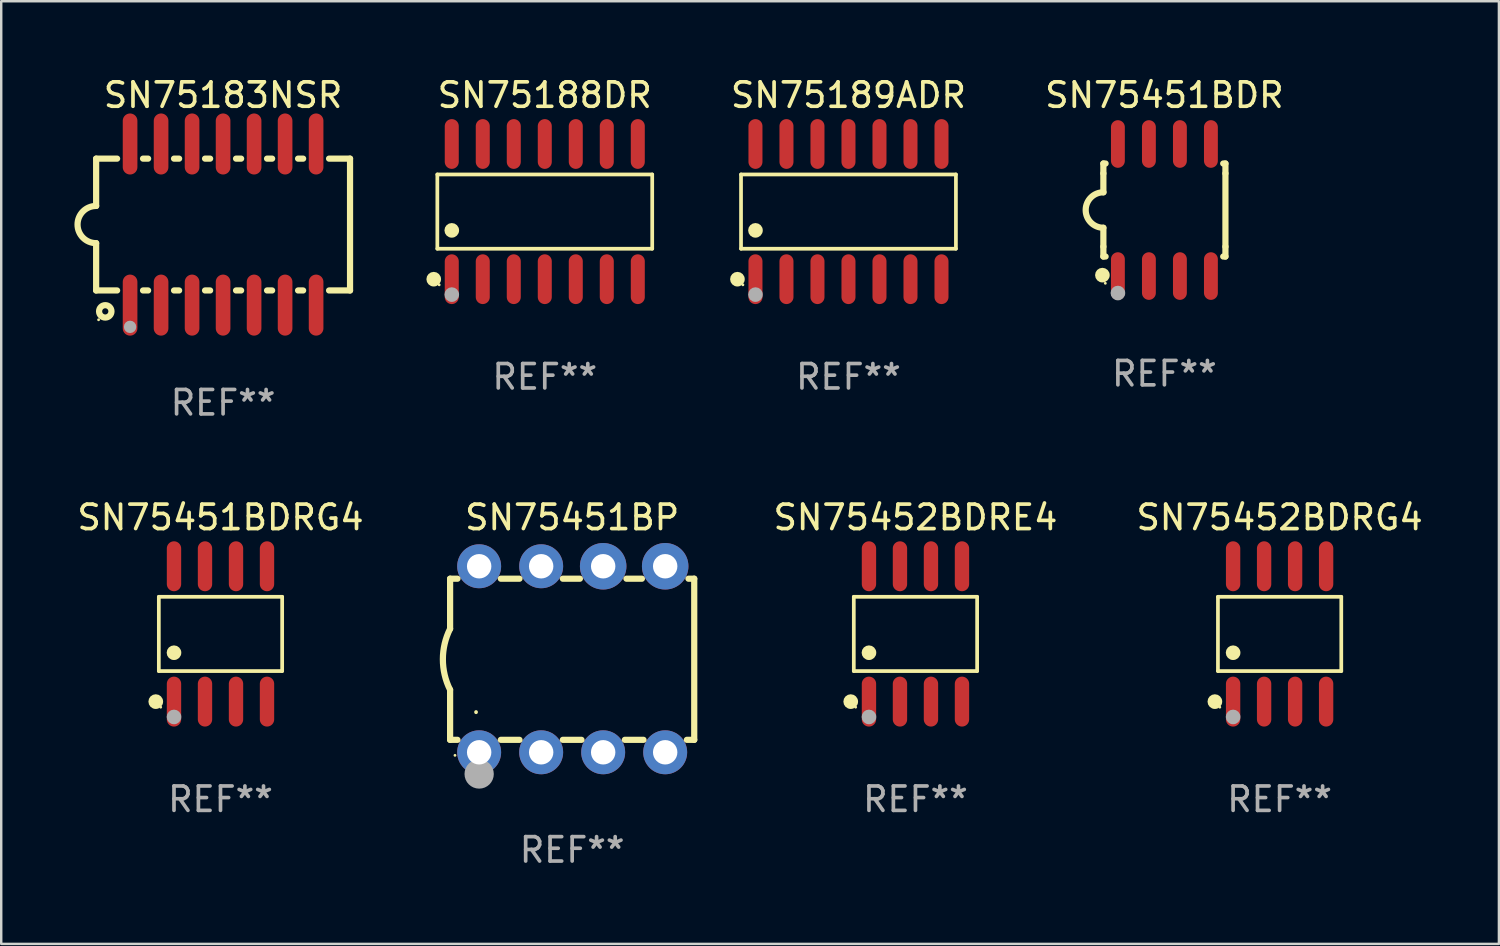
<source format=kicad_pcb>
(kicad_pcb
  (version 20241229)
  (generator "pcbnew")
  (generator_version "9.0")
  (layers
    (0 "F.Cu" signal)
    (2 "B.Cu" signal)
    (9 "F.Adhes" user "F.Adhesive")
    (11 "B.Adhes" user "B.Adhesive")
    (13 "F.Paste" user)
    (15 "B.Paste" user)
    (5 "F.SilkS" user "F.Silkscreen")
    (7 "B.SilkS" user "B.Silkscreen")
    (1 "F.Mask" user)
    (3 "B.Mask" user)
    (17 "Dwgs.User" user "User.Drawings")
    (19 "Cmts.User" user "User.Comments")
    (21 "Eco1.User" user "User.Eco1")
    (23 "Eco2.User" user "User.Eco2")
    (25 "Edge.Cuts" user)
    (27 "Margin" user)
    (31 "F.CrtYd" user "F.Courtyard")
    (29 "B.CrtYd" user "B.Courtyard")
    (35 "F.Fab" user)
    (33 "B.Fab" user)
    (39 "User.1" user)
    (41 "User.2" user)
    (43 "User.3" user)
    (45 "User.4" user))
  (footprint "SN75451BP"
    (layer "F.Cu")
    (at 20.387 23.955)
    (property "Reference" "SN75451BP" (at 0 -5.81 0) (layer "F.SilkS") (effects (font (size 1 1) (thickness 0.15))))
    (attr through_hole)
    (fp_line (start -5 -3.3) (end -5 -1.25) (stroke (width 0.254) (type solid)) (layer "F.SilkS"))
    (fp_line (start -5 -3.3) (end -4.698 -3.3) (stroke (width 0.254) (type solid)) (layer "F.SilkS"))
    (fp_line (start -5 3.3) (end -5 1.25) (stroke (width 0.254) (type solid)) (layer "F.SilkS"))
    (fp_line (start -5 3.3) (end -4.698 3.3) (stroke (width 0.254) (type solid)) (layer "F.SilkS"))
    (fp_line (start -2.922 -3.3) (end -2.158 -3.3) (stroke (width 0.254) (type solid)) (layer "F.SilkS"))
    (fp_line (start -2.922 3.3) (end -2.158 3.3) (stroke (width 0.254) (type solid)) (layer "F.SilkS"))
    (fp_line (start -0.382 -3.3) (end 0.316 -3.3) (stroke (width 0.254) (type solid)) (layer "F.SilkS"))
    (fp_line (start -0.382 3.3) (end 0.382 3.3) (stroke (width 0.254) (type solid)) (layer "F.SilkS"))
    (fp_line (start 2.158 3.3) (end 2.922 3.3) (stroke (width 0.254) (type solid)) (layer "F.SilkS"))
    (fp_line (start 2.224 -3.3) (end 2.856 -3.3) (stroke (width 0.254) (type solid)) (layer "F.SilkS"))
    (fp_line (start 4.698 3.3) (end 5 3.3) (stroke (width 0.254) (type solid)) (layer "F.SilkS"))
    (fp_line (start 4.764 -3.3) (end 5 -3.3) (stroke (width 0.254) (type solid)) (layer "F.SilkS"))
    (fp_line (start 5 -3.3) (end 5 3.3) (stroke (width 0.254) (type solid)) (layer "F.SilkS"))
    (fp_arc (start -5.00127 1.249682) (mid -5.295892 -0.000313) (end -5.000025 -1.250013) (stroke (width 0.254001) (type solid)) (layer "F.SilkS"))
    (fp_arc (start -3.937262 2.170256) (mid -3.937197 2.164629) (end -3.937008 2.159004) (stroke (width 0.149987) (type solid)) (layer "F.SilkS"))
    (fp_circle (center -4.8 3.935) (end -4.77 3.935) (stroke (width 0.06) (type solid)) (fill no) (layer "F.SilkS"))
    (fp_circle (center -3.81 4.699) (end -3.51 4.699) (stroke (width 0.6) (type solid)) (fill no) (layer "F.Fab"))
    (fp_text user "REF**" (at 0 7.81 0) (layer "F.Fab") (effects (font (size 1 1) (thickness 0.15))))
    (pad "1" thru_hole circle (at -3.81 3.81) (size 1.8 1.8) (drill 1) (layers "*.Cu" "*.Mask"))
    (pad "2" thru_hole circle (at -1.27 3.81) (size 1.8 1.8) (drill 1) (layers "*.Cu" "*.Mask"))
    (pad "3" thru_hole circle (at 1.27 3.81) (size 1.8 1.8) (drill 1) (layers "*.Cu" "*.Mask"))
    (pad "4" thru_hole circle (at 3.81 3.81) (size 1.8 1.8) (drill 1) (layers "*.Cu" "*.Mask"))
    (pad "5" thru_hole circle (at 3.81 -3.81) (size 1.905 1.905) (drill 1) (layers "*.Cu" "*.Mask"))
    (pad "6" thru_hole circle (at 1.27 -3.81) (size 1.905 1.905) (drill 1) (layers "*.Cu" "*.Mask"))
    (pad "7" thru_hole circle (at -1.27 -3.81) (size 1.8 1.8) (drill 1) (layers "*.Cu" "*.Mask"))
    (pad "8" thru_hole circle (at -3.81 -3.81) (size 1.8 1.8) (drill 1) (layers "*.Cu" "*.Mask")))
  (footprint "SN75189ADR"
    (layer "F.Cu")
    (at 31.705 5.617)
    (property "Reference" "SN75189ADR" (at 0 -4.769 0) (layer "F.SilkS") (effects (font (size 1 1) (thickness 0.15))))
    (attr through_hole)
    (fp_line (start -4.401 -1.521) (end 4.401 -1.521) (stroke (width 0.152) (type solid)) (layer "F.SilkS"))
    (fp_line (start -4.401 1.521) (end -4.401 -1.521) (stroke (width 0.152) (type solid)) (layer "F.SilkS"))
    (fp_line (start 4.401 -1.521) (end 4.401 1.521) (stroke (width 0.152) (type solid)) (layer "F.SilkS"))
    (fp_line (start 4.401 1.521) (end -4.401 1.521) (stroke (width 0.152) (type solid)) (layer "F.SilkS"))
    (fp_circle (center -4.549 2.769) (end -4.399 2.769) (stroke (width 0.3) (type solid)) (fill no) (layer "F.SilkS"))
    (fp_circle (center -4.325 3) (end -4.295 3) (stroke (width 0.06) (type solid)) (fill no) (layer "F.SilkS"))
    (fp_circle (center -3.81 0.769) (end -3.66 0.769) (stroke (width 0.3) (type solid)) (fill no) (layer "F.SilkS"))
    (fp_circle (center -3.81 3.4) (end -3.66 3.4) (stroke (width 0.3) (type solid)) (fill no) (layer "F.Fab"))
    (fp_text user "REF**" (at 0 6.769 0) (layer "F.Fab") (effects (font (size 1 1) (thickness 0.15))))
    (pad "1" smd oval (at -3.81 2.769) (size 0.574 2.038) (layers "F.Cu" "F.Mask" "F.Paste"))
    (pad "2" smd oval (at -2.54 2.769) (size 0.574 2.038) (layers "F.Cu" "F.Mask" "F.Paste"))
    (pad "3" smd oval (at -1.27 2.769) (size 0.574 2.038) (layers "F.Cu" "F.Mask" "F.Paste"))
    (pad "4" smd oval (at 0 2.769) (size 0.574 2.038) (layers "F.Cu" "F.Mask" "F.Paste"))
    (pad "5" smd oval (at 1.27 2.769) (size 0.574 2.038) (layers "F.Cu" "F.Mask" "F.Paste"))
    (pad "6" smd oval (at 2.54 2.769) (size 0.574 2.038) (layers "F.Cu" "F.Mask" "F.Paste"))
    (pad "7" smd oval (at 3.81 2.769) (size 0.574 2.038) (layers "F.Cu" "F.Mask" "F.Paste"))
    (pad "8" smd oval (at 3.81 -2.769) (size 0.574 2.038) (layers "F.Cu" "F.Mask" "F.Paste"))
    (pad "9" smd oval (at 2.54 -2.769) (size 0.574 2.038) (layers "F.Cu" "F.Mask" "F.Paste"))
    (pad "10" smd oval (at 1.27 -2.769) (size 0.574 2.038) (layers "F.Cu" "F.Mask" "F.Paste"))
    (pad "11" smd oval (at 0 -2.769) (size 0.574 2.038) (layers "F.Cu" "F.Mask" "F.Paste"))
    (pad "12" smd oval (at -1.27 -2.769) (size 0.574 2.038) (layers "F.Cu" "F.Mask" "F.Paste"))
    (pad "13" smd oval (at -2.54 -2.769) (size 0.574 2.038) (layers "F.Cu" "F.Mask" "F.Paste"))
    (pad "14" smd oval (at -3.81 -2.769) (size 0.574 2.038) (layers "F.Cu" "F.Mask" "F.Paste")))
  (footprint "SN75451BDRG4"
    (layer "F.Cu")
    (at 5.982 22.917)
    (property "Reference" "SN75451BDRG4" (at 0 -4.772 0) (layer "F.SilkS") (effects (font (size 1 1) (thickness 0.15))))
    (attr through_hole)
    (fp_line (start -2.526 -1.521) (end 2.526 -1.521) (stroke (width 0.152) (type solid)) (layer "F.SilkS"))
    (fp_line (start -2.526 1.521) (end -2.526 -1.521) (stroke (width 0.152) (type solid)) (layer "F.SilkS"))
    (fp_line (start 2.526 -1.521) (end 2.526 1.521) (stroke (width 0.152) (type solid)) (layer "F.SilkS"))
    (fp_line (start 2.526 1.521) (end -2.526 1.521) (stroke (width 0.152) (type solid)) (layer "F.SilkS"))
    (fp_circle (center -2.652 2.772) (end -2.501 2.772) (stroke (width 0.3) (type solid)) (fill no) (layer "F.SilkS"))
    (fp_circle (center -2.45 3) (end -2.42 3) (stroke (width 0.06) (type solid)) (fill no) (layer "F.SilkS"))
    (fp_circle (center -1.905 0.769) (end -1.755 0.769) (stroke (width 0.3) (type solid)) (fill no) (layer "F.SilkS"))
    (fp_circle (center -1.905 3.4) (end -1.755 3.4) (stroke (width 0.3) (type solid)) (fill no) (layer "F.Fab"))
    (fp_text user "REF**" (at 0 6.772 0) (layer "F.Fab") (effects (font (size 1 1) (thickness 0.15))))
    (pad "1" smd oval (at -1.905 2.772) (size 0.588 2.045) (layers "F.Cu" "F.Mask" "F.Paste"))
    (pad "2" smd oval (at -0.635 2.772) (size 0.588 2.045) (layers "F.Cu" "F.Mask" "F.Paste"))
    (pad "3" smd oval (at 0.635 2.772) (size 0.588 2.045) (layers "F.Cu" "F.Mask" "F.Paste"))
    (pad "4" smd oval (at 1.905 2.772) (size 0.588 2.045) (layers "F.Cu" "F.Mask" "F.Paste"))
    (pad "5" smd oval (at 1.905 -2.772) (size 0.588 2.045) (layers "F.Cu" "F.Mask" "F.Paste"))
    (pad "6" smd oval (at 0.635 -2.772) (size 0.588 2.045) (layers "F.Cu" "F.Mask" "F.Paste"))
    (pad "7" smd oval (at -0.635 -2.772) (size 0.588 2.045) (layers "F.Cu" "F.Mask" "F.Paste"))
    (pad "8" smd oval (at -1.905 -2.772) (size 0.588 2.045) (layers "F.Cu" "F.Mask" "F.Paste")))
  (footprint "SN75188DR"
    (layer "F.Cu")
    (at 19.265 5.617)
    (property "Reference" "SN75188DR" (at 0 -4.769 0) (layer "F.SilkS") (effects (font (size 1 1) (thickness 0.15))))
    (attr through_hole)
    (fp_line (start -4.401 -1.521) (end 4.401 -1.521) (stroke (width 0.152) (type solid)) (layer "F.SilkS"))
    (fp_line (start -4.401 1.521) (end -4.401 -1.521) (stroke (width 0.152) (type solid)) (layer "F.SilkS"))
    (fp_line (start 4.401 -1.521) (end 4.401 1.521) (stroke (width 0.152) (type solid)) (layer "F.SilkS"))
    (fp_line (start 4.401 1.521) (end -4.401 1.521) (stroke (width 0.152) (type solid)) (layer "F.SilkS"))
    (fp_circle (center -4.549 2.769) (end -4.399 2.769) (stroke (width 0.3) (type solid)) (fill no) (layer "F.SilkS"))
    (fp_circle (center -4.325 3) (end -4.295 3) (stroke (width 0.06) (type solid)) (fill no) (layer "F.SilkS"))
    (fp_circle (center -3.81 0.769) (end -3.66 0.769) (stroke (width 0.3) (type solid)) (fill no) (layer "F.SilkS"))
    (fp_circle (center -3.81 3.4) (end -3.66 3.4) (stroke (width 0.3) (type solid)) (fill no) (layer "F.Fab"))
    (fp_text user "REF**" (at 0 6.769 0) (layer "F.Fab") (effects (font (size 1 1) (thickness 0.15))))
    (pad "1" smd oval (at -3.81 2.769) (size 0.574 2.038) (layers "F.Cu" "F.Mask" "F.Paste"))
    (pad "2" smd oval (at -2.54 2.769) (size 0.574 2.038) (layers "F.Cu" "F.Mask" "F.Paste"))
    (pad "3" smd oval (at -1.27 2.769) (size 0.574 2.038) (layers "F.Cu" "F.Mask" "F.Paste"))
    (pad "4" smd oval (at 0 2.769) (size 0.574 2.038) (layers "F.Cu" "F.Mask" "F.Paste"))
    (pad "5" smd oval (at 1.27 2.769) (size 0.574 2.038) (layers "F.Cu" "F.Mask" "F.Paste"))
    (pad "6" smd oval (at 2.54 2.769) (size 0.574 2.038) (layers "F.Cu" "F.Mask" "F.Paste"))
    (pad "7" smd oval (at 3.81 2.769) (size 0.574 2.038) (layers "F.Cu" "F.Mask" "F.Paste"))
    (pad "8" smd oval (at 3.81 -2.769) (size 0.574 2.038) (layers "F.Cu" "F.Mask" "F.Paste"))
    (pad "9" smd oval (at 2.54 -2.769) (size 0.574 2.038) (layers "F.Cu" "F.Mask" "F.Paste"))
    (pad "10" smd oval (at 1.27 -2.769) (size 0.574 2.038) (layers "F.Cu" "F.Mask" "F.Paste"))
    (pad "11" smd oval (at 0 -2.769) (size 0.574 2.038) (layers "F.Cu" "F.Mask" "F.Paste"))
    (pad "12" smd oval (at -1.27 -2.769) (size 0.574 2.038) (layers "F.Cu" "F.Mask" "F.Paste"))
    (pad "13" smd oval (at -2.54 -2.769) (size 0.574 2.038) (layers "F.Cu" "F.Mask" "F.Paste"))
    (pad "14" smd oval (at -3.81 -2.769) (size 0.574 2.038) (layers "F.Cu" "F.Mask" "F.Paste")))
  (footprint "SN75451BDR"
    (layer "F.Cu")
    (at 44.646 5.553)
    (property "Reference" "SN75451BDR" (at 0 -4.705 0) (layer "F.SilkS") (effects (font (size 1 1) (thickness 0.15))))
    (attr through_hole)
    (fp_line (start -2.5 -1.905) (end -2.409 -1.905) (stroke (width 0.254) (type solid)) (layer "F.SilkS"))
    (fp_line (start -2.5 -1.5) (end -2.5 -1.905) (stroke (width 0.254) (type solid)) (layer "F.SilkS"))
    (fp_line (start -2.5 -1.5) (end -2.5 -0.726) (stroke (width 0.254) (type solid)) (layer "F.SilkS"))
    (fp_line (start -2.5 1.5) (end -2.5 0.727) (stroke (width 0.254) (type solid)) (layer "F.SilkS"))
    (fp_line (start -2.5 1.5) (end -2.5 1.905) (stroke (width 0.254) (type solid)) (layer "F.SilkS"))
    (fp_line (start -2.5 1.905) (end -2.409 1.905) (stroke (width 0.254) (type solid)) (layer "F.SilkS"))
    (fp_line (start 2.5 -1.905) (end 2.409 -1.905) (stroke (width 0.254) (type solid)) (layer "F.SilkS"))
    (fp_line (start 2.5 -1.5) (end 2.5 -1.905) (stroke (width 0.254) (type solid)) (layer "F.SilkS"))
    (fp_line (start 2.5 -1.5) (end 2.5 1.5) (stroke (width 0.254) (type solid)) (layer "F.SilkS"))
    (fp_line (start 2.5 1.5) (end 2.5 1.905) (stroke (width 0.254) (type solid)) (layer "F.SilkS"))
    (fp_line (start 2.5 1.905) (end 2.409 1.905) (stroke (width 0.254) (type solid)) (layer "F.SilkS"))
    (fp_arc (start -2.5 0.726568) (mid -3.220316 -0.0023) (end -2.495097 -0.726289) (stroke (width 0.254001) (type solid)) (layer "F.SilkS"))
    (fp_circle (center -2.54 2.667) (end -2.39 2.667) (stroke (width 0.3) (type solid)) (fill no) (layer "F.SilkS"))
    (fp_circle (center -2.42 3) (end -2.39 3) (stroke (width 0.06) (type solid)) (fill no) (layer "F.SilkS"))
    (fp_circle (center -1.905 3.4) (end -1.755 3.4) (stroke (width 0.3) (type solid)) (fill no) (layer "F.Fab"))
    (fp_text user "REF**" (at 0 6.705 0) (layer "F.Fab") (effects (font (size 1 1) (thickness 0.15))))
    (pad "1" smd oval (at -1.905 2.705) (size 0.568 1.95) (layers "F.Cu" "F.Mask" "F.Paste"))
    (pad "2" smd oval (at -0.635 2.705) (size 0.568 1.95) (layers "F.Cu" "F.Mask" "F.Paste"))
    (pad "3" smd oval (at 0.635 2.705) (size 0.568 1.95) (layers "F.Cu" "F.Mask" "F.Paste"))
    (pad "4" smd oval (at 1.905 2.705) (size 0.568 1.95) (layers "F.Cu" "F.Mask" "F.Paste"))
    (pad "5" smd oval (at 1.905 -2.705) (size 0.568 1.95) (layers "F.Cu" "F.Mask" "F.Paste"))
    (pad "6" smd oval (at 0.635 -2.705) (size 0.568 1.95) (layers "F.Cu" "F.Mask" "F.Paste"))
    (pad "7" smd oval (at -0.635 -2.705) (size 0.568 1.95) (layers "F.Cu" "F.Mask" "F.Paste"))
    (pad "8" smd oval (at -1.905 -2.705) (size 0.568 1.95) (layers "F.Cu" "F.Mask" "F.Paste")))
  (footprint "SN75452BDRE4"
    (layer "F.Cu")
    (at 34.449 22.917)
    (property "Reference" "SN75452BDRE4" (at 0 -4.772 0) (layer "F.SilkS") (effects (font (size 1 1) (thickness 0.15))))
    (attr through_hole)
    (fp_line (start -2.526 -1.521) (end 2.526 -1.521) (stroke (width 0.152) (type solid)) (layer "F.SilkS"))
    (fp_line (start -2.526 1.521) (end -2.526 -1.521) (stroke (width 0.152) (type solid)) (layer "F.SilkS"))
    (fp_line (start 2.526 -1.521) (end 2.526 1.521) (stroke (width 0.152) (type solid)) (layer "F.SilkS"))
    (fp_line (start 2.526 1.521) (end -2.526 1.521) (stroke (width 0.152) (type solid)) (layer "F.SilkS"))
    (fp_circle (center -2.652 2.772) (end -2.501 2.772) (stroke (width 0.3) (type solid)) (fill no) (layer "F.SilkS"))
    (fp_circle (center -2.45 3) (end -2.42 3) (stroke (width 0.06) (type solid)) (fill no) (layer "F.SilkS"))
    (fp_circle (center -1.905 0.769) (end -1.755 0.769) (stroke (width 0.3) (type solid)) (fill no) (layer "F.SilkS"))
    (fp_circle (center -1.905 3.4) (end -1.755 3.4) (stroke (width 0.3) (type solid)) (fill no) (layer "F.Fab"))
    (fp_text user "REF**" (at 0 6.772 0) (layer "F.Fab") (effects (font (size 1 1) (thickness 0.15))))
    (pad "1" smd oval (at -1.905 2.772) (size 0.588 2.045) (layers "F.Cu" "F.Mask" "F.Paste"))
    (pad "2" smd oval (at -0.635 2.772) (size 0.588 2.045) (layers "F.Cu" "F.Mask" "F.Paste"))
    (pad "3" smd oval (at 0.635 2.772) (size 0.588 2.045) (layers "F.Cu" "F.Mask" "F.Paste"))
    (pad "4" smd oval (at 1.905 2.772) (size 0.588 2.045) (layers "F.Cu" "F.Mask" "F.Paste"))
    (pad "5" smd oval (at 1.905 -2.772) (size 0.588 2.045) (layers "F.Cu" "F.Mask" "F.Paste"))
    (pad "6" smd oval (at 0.635 -2.772) (size 0.588 2.045) (layers "F.Cu" "F.Mask" "F.Paste"))
    (pad "7" smd oval (at -0.635 -2.772) (size 0.588 2.045) (layers "F.Cu" "F.Mask" "F.Paste"))
    (pad "8" smd oval (at -1.905 -2.772) (size 0.588 2.045) (layers "F.Cu" "F.Mask" "F.Paste")))
  (footprint "SN75452BDRG4"
    (layer "F.Cu")
    (at 49.365 22.917)
    (property "Reference" "SN75452BDRG4" (at 0 -4.772 0) (layer "F.SilkS") (effects (font (size 1 1) (thickness 0.15))))
    (attr through_hole)
    (fp_line (start -2.526 -1.521) (end 2.526 -1.521) (stroke (width 0.152) (type solid)) (layer "F.SilkS"))
    (fp_line (start -2.526 1.521) (end -2.526 -1.521) (stroke (width 0.152) (type solid)) (layer "F.SilkS"))
    (fp_line (start 2.526 -1.521) (end 2.526 1.521) (stroke (width 0.152) (type solid)) (layer "F.SilkS"))
    (fp_line (start 2.526 1.521) (end -2.526 1.521) (stroke (width 0.152) (type solid)) (layer "F.SilkS"))
    (fp_circle (center -2.652 2.772) (end -2.501 2.772) (stroke (width 0.3) (type solid)) (fill no) (layer "F.SilkS"))
    (fp_circle (center -2.45 3) (end -2.42 3) (stroke (width 0.06) (type solid)) (fill no) (layer "F.SilkS"))
    (fp_circle (center -1.905 0.769) (end -1.755 0.769) (stroke (width 0.3) (type solid)) (fill no) (layer "F.SilkS"))
    (fp_circle (center -1.905 3.4) (end -1.755 3.4) (stroke (width 0.3) (type solid)) (fill no) (layer "F.Fab"))
    (fp_text user "REF**" (at 0 6.772 0) (layer "F.Fab") (effects (font (size 1 1) (thickness 0.15))))
    (pad "1" smd oval (at -1.905 2.772) (size 0.588 2.045) (layers "F.Cu" "F.Mask" "F.Paste"))
    (pad "2" smd oval (at -0.635 2.772) (size 0.588 2.045) (layers "F.Cu" "F.Mask" "F.Paste"))
    (pad "3" smd oval (at 0.635 2.772) (size 0.588 2.045) (layers "F.Cu" "F.Mask" "F.Paste"))
    (pad "4" smd oval (at 1.905 2.772) (size 0.588 2.045) (layers "F.Cu" "F.Mask" "F.Paste"))
    (pad "5" smd oval (at 1.905 -2.772) (size 0.588 2.045) (layers "F.Cu" "F.Mask" "F.Paste"))
    (pad "6" smd oval (at 0.635 -2.772) (size 0.588 2.045) (layers "F.Cu" "F.Mask" "F.Paste"))
    (pad "7" smd oval (at -0.635 -2.772) (size 0.588 2.045) (layers "F.Cu" "F.Mask" "F.Paste"))
    (pad "8" smd oval (at -1.905 -2.772) (size 0.588 2.045) (layers "F.Cu" "F.Mask" "F.Paste")))
  (footprint "SN75183NSR"
    (layer "F.Cu")
    (at 6.088 6.148)
    (property "Reference" "SN75183NSR" (at 0 -5.3 0) (layer "F.SilkS") (effects (font (size 1 1) (thickness 0.15))))
    (attr through_hole)
    (fp_line (start -5.2 -2.7) (end -5.2 -0.762) (stroke (width 0.254) (type solid)) (layer "F.SilkS"))
    (fp_line (start -5.2 -2.7) (end -4.341 -2.7) (stroke (width 0.254) (type solid)) (layer "F.SilkS"))
    (fp_line (start -5.2 2.7) (end -5.2 0.762) (stroke (width 0.254) (type solid)) (layer "F.SilkS"))
    (fp_line (start -4.341 2.7) (end -5.2 2.7) (stroke (width 0.254) (type solid)) (layer "F.SilkS"))
    (fp_line (start -3.279 -2.7) (end -3.071 -2.7) (stroke (width 0.254) (type solid)) (layer "F.SilkS"))
    (fp_line (start -3.071 2.7) (end -3.279 2.7) (stroke (width 0.254) (type solid)) (layer "F.SilkS"))
    (fp_line (start -2.009 -2.7) (end -1.801 -2.7) (stroke (width 0.254) (type solid)) (layer "F.SilkS"))
    (fp_line (start -1.801 2.7) (end -2.009 2.7) (stroke (width 0.254) (type solid)) (layer "F.SilkS"))
    (fp_line (start -0.739 -2.7) (end -0.531 -2.7) (stroke (width 0.254) (type solid)) (layer "F.SilkS"))
    (fp_line (start -0.531 2.7) (end -0.739 2.7) (stroke (width 0.254) (type solid)) (layer "F.SilkS"))
    (fp_line (start 0.531 -2.7) (end 0.739 -2.7) (stroke (width 0.254) (type solid)) (layer "F.SilkS"))
    (fp_line (start 0.739 2.7) (end 0.531 2.7) (stroke (width 0.254) (type solid)) (layer "F.SilkS"))
    (fp_line (start 1.801 -2.7) (end 2.009 -2.7) (stroke (width 0.254) (type solid)) (layer "F.SilkS"))
    (fp_line (start 2.009 2.7) (end 1.801 2.7) (stroke (width 0.254) (type solid)) (layer "F.SilkS"))
    (fp_line (start 3.071 -2.7) (end 3.279 -2.7) (stroke (width 0.254) (type solid)) (layer "F.SilkS"))
    (fp_line (start 3.279 2.7) (end 3.071 2.7) (stroke (width 0.254) (type solid)) (layer "F.SilkS"))
    (fp_line (start 4.341 -2.7) (end 5.2 -2.7) (stroke (width 0.254) (type solid)) (layer "F.SilkS"))
    (fp_line (start 5.2 2.7) (end 4.341 2.7) (stroke (width 0.254) (type solid)) (layer "F.SilkS"))
    (fp_line (start 5.2 2.7) (end 5.2 -2.7) (stroke (width 0.254) (type solid)) (layer "F.SilkS"))
    (fp_arc (start -5.2 0.762002) (mid -5.961393 -0.000305) (end -5.199391 -0.762002) (stroke (width 0.254001) (type solid)) (layer "F.SilkS"))
    (fp_circle (center -5.1 3.9) (end -5.07 3.9) (stroke (width 0.06) (type solid)) (fill no) (layer "F.SilkS"))
    (fp_circle (center -4.826 3.556) (end -4.572 3.556) (stroke (width 0.254) (type solid)) (fill no) (layer "F.SilkS"))
    (fp_circle (center -3.81 4.191) (end -3.683 4.191) (stroke (width 0.254) (type solid)) (fill no) (layer "F.Fab"))
    (fp_text user "REF**" (at 0 7.3 0) (layer "F.Fab") (effects (font (size 1 1) (thickness 0.15))))
    (pad "1" smd oval (at -3.81 3.3) (size 0.6 2.5) (layers "F.Cu" "F.Mask" "F.Paste"))
    (pad "2" smd oval (at -2.54 3.3) (size 0.6 2.5) (layers "F.Cu" "F.Mask" "F.Paste"))
    (pad "3" smd oval (at -1.27 3.3) (size 0.6 2.5) (layers "F.Cu" "F.Mask" "F.Paste"))
    (pad "4" smd oval (at 0 3.3) (size 0.6 2.5) (layers "F.Cu" "F.Mask" "F.Paste"))
    (pad "5" smd oval (at 1.27 3.3) (size 0.6 2.5) (layers "F.Cu" "F.Mask" "F.Paste"))
    (pad "6" smd oval (at 2.54 3.3) (size 0.6 2.5) (layers "F.Cu" "F.Mask" "F.Paste"))
    (pad "7" smd oval (at 3.81 3.3) (size 0.6 2.5) (layers "F.Cu" "F.Mask" "F.Paste"))
    (pad "8" smd oval (at 3.81 -3.3) (size 0.6 2.5) (layers "F.Cu" "F.Mask" "F.Paste"))
    (pad "9" smd oval (at 2.54 -3.3) (size 0.6 2.5) (layers "F.Cu" "F.Mask" "F.Paste"))
    (pad "10" smd oval (at 1.27 -3.3) (size 0.6 2.5) (layers "F.Cu" "F.Mask" "F.Paste"))
    (pad "11" smd oval (at 0 -3.3) (size 0.6 2.5) (layers "F.Cu" "F.Mask" "F.Paste"))
    (pad "12" smd oval (at -1.27 -3.3) (size 0.6 2.5) (layers "F.Cu" "F.Mask" "F.Paste"))
    (pad "13" smd oval (at -2.54 -3.3) (size 0.6 2.5) (layers "F.Cu" "F.Mask" "F.Paste"))
    (pad "14" smd oval (at -3.81 -3.3) (size 0.6 2.5) (layers "F.Cu" "F.Mask" "F.Paste")))
  (gr_rect
    (start -3 -3)
    (end 58.348 35.613)
    (stroke (width 0.1) (type default))
    (fill no)
    (layer "Edge.Cuts")))
</source>
